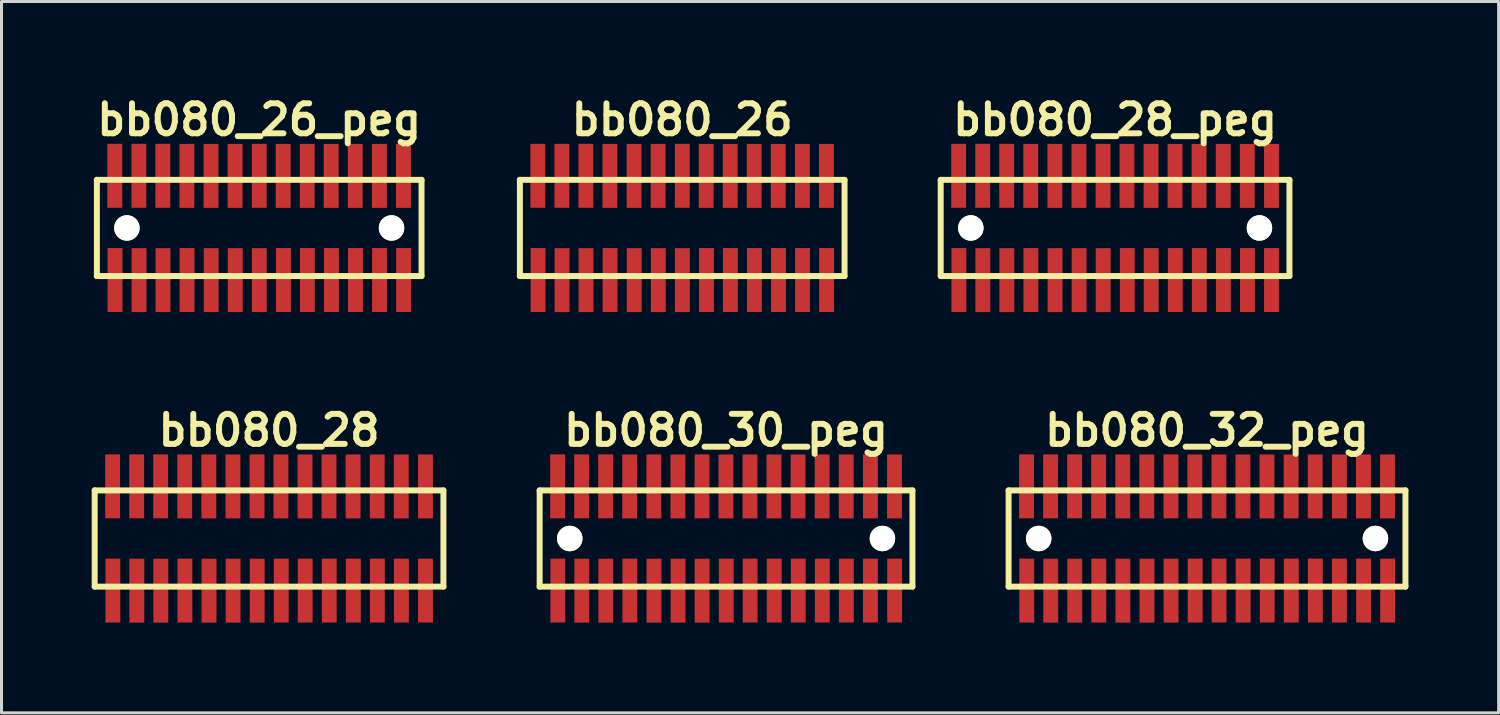
<source format=kicad_pcb>
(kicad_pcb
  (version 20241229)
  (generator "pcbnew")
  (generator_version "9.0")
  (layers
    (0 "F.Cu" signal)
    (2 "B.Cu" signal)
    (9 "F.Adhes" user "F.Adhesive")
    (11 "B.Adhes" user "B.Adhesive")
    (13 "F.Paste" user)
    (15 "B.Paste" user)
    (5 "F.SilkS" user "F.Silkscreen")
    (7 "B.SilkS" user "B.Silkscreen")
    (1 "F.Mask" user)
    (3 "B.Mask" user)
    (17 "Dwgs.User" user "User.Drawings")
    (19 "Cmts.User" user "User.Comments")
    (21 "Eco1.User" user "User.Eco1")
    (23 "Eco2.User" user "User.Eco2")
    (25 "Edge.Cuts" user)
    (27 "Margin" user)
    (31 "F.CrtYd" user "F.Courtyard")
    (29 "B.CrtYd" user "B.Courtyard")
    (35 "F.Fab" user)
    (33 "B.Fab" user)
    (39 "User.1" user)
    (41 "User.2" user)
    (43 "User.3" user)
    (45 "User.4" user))
  (footprint "bb080_28_peg"
    (layer "F.Cu")
    (at 34.034 4.531)
    (property "Reference" "bb080_28_peg" (at 0 -3.599 0) (layer "F.SilkS") (effects (font (size 0.998 0.998) (thickness 0.198))))
    (attr through_hole)
    (fp_line (start -5.799 -1.6) (end -5.799 1.6) (stroke (width 0.198) (type solid)) (layer "F.SilkS"))
    (fp_line (start -5.799 1.6) (end 5.799 1.6) (stroke (width 0.198) (type solid)) (layer "F.SilkS"))
    (fp_line (start 5.799 -1.6) (end -5.799 -1.6) (stroke (width 0.198) (type solid)) (layer "F.SilkS"))
    (fp_line (start 5.799 1.6) (end 5.799 -1.6) (stroke (width 0.198) (type solid)) (layer "F.SilkS"))
    (pad "" np_thru_hole circle (at -4.798 0) (size 0.848 0.848) (drill 0.848) (layers "*.Cu" "*.Mask" "F.SilkS"))
    (pad "" np_thru_hole circle (at 4.801 0) (size 0.848 0.848) (drill 0.848) (layers "*.Cu" "*.Mask" "F.SilkS"))
    (pad "1" smd rect (at -5.194 1.732) (size 0.495 2.126) (layers "F.Cu" "F.Mask" "F.Paste"))
    (pad "2" smd rect (at -5.202 -1.735) (size 0.495 2.126) (layers "F.Cu" "F.Mask" "F.Paste"))
    (pad "3" smd rect (at -4.397 1.735) (size 0.495 2.126) (layers "F.Cu" "F.Mask" "F.Paste"))
    (pad "4" smd rect (at -4.402 -1.735) (size 0.495 2.126) (layers "F.Cu" "F.Mask" "F.Paste"))
    (pad "5" smd rect (at -3.599 1.735) (size 0.495 2.126) (layers "F.Cu" "F.Mask" "F.Paste"))
    (pad "6" smd rect (at -3.604 -1.735) (size 0.495 2.126) (layers "F.Cu" "F.Mask" "F.Paste"))
    (pad "7" smd rect (at -2.799 1.732) (size 0.495 2.126) (layers "F.Cu" "F.Mask" "F.Paste"))
    (pad "8" smd rect (at -2.804 -1.732) (size 0.495 2.126) (layers "F.Cu" "F.Mask" "F.Paste"))
    (pad "9" smd rect (at -1.996 1.735) (size 0.495 2.126) (layers "F.Cu" "F.Mask" "F.Paste"))
    (pad "10" smd rect (at -2.002 -1.732) (size 0.495 2.126) (layers "F.Cu" "F.Mask" "F.Paste"))
    (pad "11" smd rect (at -1.196 1.735) (size 0.495 2.126) (layers "F.Cu" "F.Mask" "F.Paste"))
    (pad "12" smd rect (at -1.201 -1.732) (size 0.495 2.126) (layers "F.Cu" "F.Mask" "F.Paste"))
    (pad "13" smd rect (at -0.396 1.735) (size 0.495 2.126) (layers "F.Cu" "F.Mask" "F.Paste"))
    (pad "14" smd rect (at -0.399 -1.735) (size 0.495 2.126) (layers "F.Cu" "F.Mask" "F.Paste"))
    (pad "15" smd rect (at 0.406 1.732) (size 0.495 2.126) (layers "F.Cu" "F.Mask" "F.Paste"))
    (pad "16" smd rect (at 0.396 -1.732) (size 0.495 2.126) (layers "F.Cu" "F.Mask" "F.Paste"))
    (pad "17" smd rect (at 1.201 1.732) (size 0.495 2.126) (layers "F.Cu" "F.Mask" "F.Paste"))
    (pad "18" smd rect (at 1.196 -1.732) (size 0.495 2.126) (layers "F.Cu" "F.Mask" "F.Paste"))
    (pad "19" smd rect (at 2.002 1.732) (size 0.495 2.126) (layers "F.Cu" "F.Mask" "F.Paste"))
    (pad "20" smd rect (at 1.994 -1.732) (size 0.495 2.126) (layers "F.Cu" "F.Mask" "F.Paste"))
    (pad "21" smd rect (at 2.802 1.732) (size 0.495 2.126) (layers "F.Cu" "F.Mask" "F.Paste"))
    (pad "22" smd rect (at 2.794 -1.732) (size 0.495 2.126) (layers "F.Cu" "F.Mask" "F.Paste"))
    (pad "23" smd rect (at 3.602 1.732) (size 0.495 2.126) (layers "F.Cu" "F.Mask" "F.Paste"))
    (pad "24" smd rect (at 3.597 -1.732) (size 0.495 2.126) (layers "F.Cu" "F.Mask" "F.Paste"))
    (pad "25" smd rect (at 4.402 1.732) (size 0.495 2.126) (layers "F.Cu" "F.Mask" "F.Paste"))
    (pad "26" smd rect (at 4.397 -1.732) (size 0.495 2.126) (layers "F.Cu" "F.Mask" "F.Paste"))
    (pad "27" smd rect (at 5.202 1.732) (size 0.495 2.126) (layers "F.Cu" "F.Mask" "F.Paste"))
    (pad "28" smd rect (at 5.202 -1.732) (size 0.495 2.126) (layers "F.Cu" "F.Mask" "F.Paste")))
  (footprint "bb080_26"
    (layer "F.Cu")
    (at 19.637 4.531)
    (property "Reference" "bb080_26" (at 0 -3.599 0) (layer "F.SilkS") (effects (font (size 0.998 0.998) (thickness 0.198))))
    (attr through_hole)
    (fp_line (start -5.4 -1.6) (end 5.4 -1.6) (stroke (width 0.198) (type solid)) (layer "F.SilkS"))
    (fp_line (start -5.397 -1.6) (end -5.397 1.6) (stroke (width 0.198) (type solid)) (layer "F.SilkS"))
    (fp_line (start 5.4 1.6) (end -5.4 1.6) (stroke (width 0.198) (type solid)) (layer "F.SilkS"))
    (fp_line (start 5.4 1.6) (end 5.4 -1.6) (stroke (width 0.198) (type solid)) (layer "F.SilkS"))
    (pad "1" smd rect (at -4.793 1.732) (size 0.495 2.126) (layers "F.Cu" "F.Mask" "F.Paste"))
    (pad "2" smd rect (at -4.801 -1.735) (size 0.495 2.126) (layers "F.Cu" "F.Mask" "F.Paste"))
    (pad "3" smd rect (at -3.995 1.735) (size 0.495 2.126) (layers "F.Cu" "F.Mask" "F.Paste"))
    (pad "4" smd rect (at -4 -1.735) (size 0.495 2.126) (layers "F.Cu" "F.Mask" "F.Paste"))
    (pad "5" smd rect (at -3.198 1.735) (size 0.495 2.126) (layers "F.Cu" "F.Mask" "F.Paste"))
    (pad "6" smd rect (at -3.203 -1.735) (size 0.495 2.126) (layers "F.Cu" "F.Mask" "F.Paste"))
    (pad "7" smd rect (at -2.398 1.732) (size 0.495 2.126) (layers "F.Cu" "F.Mask" "F.Paste"))
    (pad "8" smd rect (at -2.403 -1.732) (size 0.495 2.126) (layers "F.Cu" "F.Mask" "F.Paste"))
    (pad "9" smd rect (at -1.595 1.735) (size 0.495 2.126) (layers "F.Cu" "F.Mask" "F.Paste"))
    (pad "10" smd rect (at -1.6 -1.732) (size 0.495 2.126) (layers "F.Cu" "F.Mask" "F.Paste"))
    (pad "11" smd rect (at -0.795 1.735) (size 0.495 2.126) (layers "F.Cu" "F.Mask" "F.Paste"))
    (pad "12" smd rect (at -0.8 -1.732) (size 0.495 2.126) (layers "F.Cu" "F.Mask" "F.Paste"))
    (pad "13" smd rect (at 0.005 1.735) (size 0.495 2.126) (layers "F.Cu" "F.Mask" "F.Paste"))
    (pad "14" smd rect (at 0.003 -1.735) (size 0.495 2.126) (layers "F.Cu" "F.Mask" "F.Paste"))
    (pad "15" smd rect (at 0.808 1.732) (size 0.495 2.126) (layers "F.Cu" "F.Mask" "F.Paste"))
    (pad "16" smd rect (at 0.798 -1.732) (size 0.495 2.126) (layers "F.Cu" "F.Mask" "F.Paste"))
    (pad "17" smd rect (at 1.603 1.732) (size 0.495 2.126) (layers "F.Cu" "F.Mask" "F.Paste"))
    (pad "18" smd rect (at 1.598 -1.732) (size 0.495 2.126) (layers "F.Cu" "F.Mask" "F.Paste"))
    (pad "19" smd rect (at 2.403 1.732) (size 0.495 2.126) (layers "F.Cu" "F.Mask" "F.Paste"))
    (pad "20" smd rect (at 2.395 -1.732) (size 0.495 2.126) (layers "F.Cu" "F.Mask" "F.Paste"))
    (pad "21" smd rect (at 3.203 1.732) (size 0.495 2.126) (layers "F.Cu" "F.Mask" "F.Paste"))
    (pad "22" smd rect (at 3.195 -1.732) (size 0.495 2.126) (layers "F.Cu" "F.Mask" "F.Paste"))
    (pad "23" smd rect (at 4.003 1.732) (size 0.495 2.126) (layers "F.Cu" "F.Mask" "F.Paste"))
    (pad "24" smd rect (at 3.998 -1.732) (size 0.495 2.126) (layers "F.Cu" "F.Mask" "F.Paste"))
    (pad "25" smd rect (at 4.803 1.732) (size 0.495 2.126) (layers "F.Cu" "F.Mask" "F.Paste"))
    (pad "26" smd rect (at 4.798 -1.732) (size 0.495 2.126) (layers "F.Cu" "F.Mask" "F.Paste")))
  (footprint "bb080_26_peg"
    (layer "F.Cu")
    (at 5.569 4.531)
    (property "Reference" "bb080_26_peg" (at 0 -3.599 0) (layer "F.SilkS") (effects (font (size 0.998 0.998) (thickness 0.198))))
    (attr through_hole)
    (fp_line (start -5.4 -1.6) (end 5.4 -1.6) (stroke (width 0.198) (type solid)) (layer "F.SilkS"))
    (fp_line (start -5.397 -1.6) (end -5.397 1.6) (stroke (width 0.198) (type solid)) (layer "F.SilkS"))
    (fp_line (start 5.4 1.6) (end -5.4 1.6) (stroke (width 0.198) (type solid)) (layer "F.SilkS"))
    (fp_line (start 5.4 1.6) (end 5.4 -1.6) (stroke (width 0.198) (type solid)) (layer "F.SilkS"))
    (pad "" np_thru_hole circle (at -4.399 0) (size 0.848 0.848) (drill 0.848) (layers "*.Cu" "*.Mask" "F.SilkS"))
    (pad "" np_thru_hole circle (at 4.402 0) (size 0.848 0.848) (drill 0.848) (layers "*.Cu" "*.Mask" "F.SilkS"))
    (pad "1" smd rect (at -4.793 1.732) (size 0.495 2.126) (layers "F.Cu" "F.Mask" "F.Paste"))
    (pad "2" smd rect (at -4.801 -1.735) (size 0.495 2.126) (layers "F.Cu" "F.Mask" "F.Paste"))
    (pad "3" smd rect (at -3.995 1.735) (size 0.495 2.126) (layers "F.Cu" "F.Mask" "F.Paste"))
    (pad "4" smd rect (at -4 -1.735) (size 0.495 2.126) (layers "F.Cu" "F.Mask" "F.Paste"))
    (pad "5" smd rect (at -3.198 1.735) (size 0.495 2.126) (layers "F.Cu" "F.Mask" "F.Paste"))
    (pad "6" smd rect (at -3.203 -1.735) (size 0.495 2.126) (layers "F.Cu" "F.Mask" "F.Paste"))
    (pad "7" smd rect (at -2.398 1.732) (size 0.495 2.126) (layers "F.Cu" "F.Mask" "F.Paste"))
    (pad "8" smd rect (at -2.403 -1.732) (size 0.495 2.126) (layers "F.Cu" "F.Mask" "F.Paste"))
    (pad "9" smd rect (at -1.595 1.735) (size 0.495 2.126) (layers "F.Cu" "F.Mask" "F.Paste"))
    (pad "10" smd rect (at -1.6 -1.732) (size 0.495 2.126) (layers "F.Cu" "F.Mask" "F.Paste"))
    (pad "11" smd rect (at -0.795 1.735) (size 0.495 2.126) (layers "F.Cu" "F.Mask" "F.Paste"))
    (pad "12" smd rect (at -0.8 -1.732) (size 0.495 2.126) (layers "F.Cu" "F.Mask" "F.Paste"))
    (pad "13" smd rect (at 0.005 1.735) (size 0.495 2.126) (layers "F.Cu" "F.Mask" "F.Paste"))
    (pad "14" smd rect (at 0.003 -1.735) (size 0.495 2.126) (layers "F.Cu" "F.Mask" "F.Paste"))
    (pad "15" smd rect (at 0.808 1.732) (size 0.495 2.126) (layers "F.Cu" "F.Mask" "F.Paste"))
    (pad "16" smd rect (at 0.798 -1.732) (size 0.495 2.126) (layers "F.Cu" "F.Mask" "F.Paste"))
    (pad "17" smd rect (at 1.603 1.732) (size 0.495 2.126) (layers "F.Cu" "F.Mask" "F.Paste"))
    (pad "18" smd rect (at 1.598 -1.732) (size 0.495 2.126) (layers "F.Cu" "F.Mask" "F.Paste"))
    (pad "19" smd rect (at 2.403 1.732) (size 0.495 2.126) (layers "F.Cu" "F.Mask" "F.Paste"))
    (pad "20" smd rect (at 2.395 -1.732) (size 0.495 2.126) (layers "F.Cu" "F.Mask" "F.Paste"))
    (pad "21" smd rect (at 3.203 1.732) (size 0.495 2.126) (layers "F.Cu" "F.Mask" "F.Paste"))
    (pad "22" smd rect (at 3.195 -1.732) (size 0.495 2.126) (layers "F.Cu" "F.Mask" "F.Paste"))
    (pad "23" smd rect (at 4.003 1.732) (size 0.495 2.126) (layers "F.Cu" "F.Mask" "F.Paste"))
    (pad "24" smd rect (at 3.998 -1.732) (size 0.495 2.126) (layers "F.Cu" "F.Mask" "F.Paste"))
    (pad "25" smd rect (at 4.803 1.732) (size 0.495 2.126) (layers "F.Cu" "F.Mask" "F.Paste"))
    (pad "26" smd rect (at 4.798 -1.732) (size 0.495 2.126) (layers "F.Cu" "F.Mask" "F.Paste")))
  (footprint "bb080_30_peg"
    (layer "F.Cu")
    (at 21.095 14.859)
    (property "Reference" "bb080_30_peg" (at 0 -3.599 0) (layer "F.SilkS") (effects (font (size 0.998 0.998) (thickness 0.198))))
    (attr through_hole)
    (fp_line (start -6.2 1.6) (end 6.2 1.6) (stroke (width 0.198) (type solid)) (layer "F.SilkS"))
    (fp_line (start -6.198 -1.6) (end -6.198 1.6) (stroke (width 0.198) (type solid)) (layer "F.SilkS"))
    (fp_line (start 6.2 -1.6) (end -6.2 -1.6) (stroke (width 0.198) (type solid)) (layer "F.SilkS"))
    (fp_line (start 6.2 1.6) (end 6.2 -1.6) (stroke (width 0.198) (type solid)) (layer "F.SilkS"))
    (pad "" np_thru_hole circle (at -5.197 0) (size 0.848 0.848) (drill 0.848) (layers "*.Cu" "*.Mask" "F.SilkS"))
    (pad "" np_thru_hole circle (at 5.202 0) (size 0.848 0.848) (drill 0.848) (layers "*.Cu" "*.Mask" "F.SilkS"))
    (pad "1" smd rect (at -5.593 1.732) (size 0.495 2.126) (layers "F.Cu" "F.Mask" "F.Paste"))
    (pad "2" smd rect (at -5.601 -1.735) (size 0.495 2.126) (layers "F.Cu" "F.Mask" "F.Paste"))
    (pad "3" smd rect (at -4.796 1.735) (size 0.495 2.126) (layers "F.Cu" "F.Mask" "F.Paste"))
    (pad "4" smd rect (at -4.801 -1.735) (size 0.495 2.126) (layers "F.Cu" "F.Mask" "F.Paste"))
    (pad "5" smd rect (at -3.998 1.735) (size 0.495 2.126) (layers "F.Cu" "F.Mask" "F.Paste"))
    (pad "6" smd rect (at -4.003 -1.735) (size 0.495 2.126) (layers "F.Cu" "F.Mask" "F.Paste"))
    (pad "7" smd rect (at -3.198 1.732) (size 0.495 2.126) (layers "F.Cu" "F.Mask" "F.Paste"))
    (pad "8" smd rect (at -3.203 -1.732) (size 0.495 2.126) (layers "F.Cu" "F.Mask" "F.Paste"))
    (pad "9" smd rect (at -2.395 1.735) (size 0.495 2.126) (layers "F.Cu" "F.Mask" "F.Paste"))
    (pad "10" smd rect (at -2.4 -1.732) (size 0.495 2.126) (layers "F.Cu" "F.Mask" "F.Paste"))
    (pad "11" smd rect (at -1.595 1.735) (size 0.495 2.126) (layers "F.Cu" "F.Mask" "F.Paste"))
    (pad "12" smd rect (at -1.6 -1.732) (size 0.495 2.126) (layers "F.Cu" "F.Mask" "F.Paste"))
    (pad "13" smd rect (at -0.795 1.735) (size 0.495 2.126) (layers "F.Cu" "F.Mask" "F.Paste"))
    (pad "14" smd rect (at -0.798 -1.735) (size 0.495 2.126) (layers "F.Cu" "F.Mask" "F.Paste"))
    (pad "15" smd rect (at 0.008 1.732) (size 0.495 2.126) (layers "F.Cu" "F.Mask" "F.Paste"))
    (pad "16" smd rect (at -0.003 -1.732) (size 0.495 2.126) (layers "F.Cu" "F.Mask" "F.Paste"))
    (pad "17" smd rect (at 0.803 1.732) (size 0.495 2.126) (layers "F.Cu" "F.Mask" "F.Paste"))
    (pad "18" smd rect (at 0.798 -1.732) (size 0.495 2.126) (layers "F.Cu" "F.Mask" "F.Paste"))
    (pad "19" smd rect (at 1.603 1.732) (size 0.495 2.126) (layers "F.Cu" "F.Mask" "F.Paste"))
    (pad "20" smd rect (at 1.595 -1.732) (size 0.495 2.126) (layers "F.Cu" "F.Mask" "F.Paste"))
    (pad "21" smd rect (at 2.403 1.732) (size 0.495 2.126) (layers "F.Cu" "F.Mask" "F.Paste"))
    (pad "22" smd rect (at 2.395 -1.732) (size 0.495 2.126) (layers "F.Cu" "F.Mask" "F.Paste"))
    (pad "23" smd rect (at 3.203 1.732) (size 0.495 2.126) (layers "F.Cu" "F.Mask" "F.Paste"))
    (pad "24" smd rect (at 3.198 -1.732) (size 0.495 2.126) (layers "F.Cu" "F.Mask" "F.Paste"))
    (pad "25" smd rect (at 4.003 1.732) (size 0.495 2.126) (layers "F.Cu" "F.Mask" "F.Paste"))
    (pad "26" smd rect (at 3.998 -1.732) (size 0.495 2.126) (layers "F.Cu" "F.Mask" "F.Paste"))
    (pad "27" smd rect (at 4.803 1.732) (size 0.495 2.126) (layers "F.Cu" "F.Mask" "F.Paste"))
    (pad "28" smd rect (at 4.803 -1.732) (size 0.495 2.126) (layers "F.Cu" "F.Mask" "F.Paste"))
    (pad "29" smd rect (at 5.608 1.732) (size 0.495 2.126) (layers "F.Cu" "F.Mask" "F.Paste"))
    (pad "30" smd rect (at 5.603 -1.732) (size 0.495 2.126) (layers "F.Cu" "F.Mask" "F.Paste")))
  (footprint "bb080_28"
    (layer "F.Cu")
    (at 5.898 14.859)
    (property "Reference" "bb080_28" (at 0 -3.599 0) (layer "F.SilkS") (effects (font (size 0.998 0.998) (thickness 0.198))))
    (attr through_hole)
    (fp_line (start -5.799 -1.6) (end -5.799 1.6) (stroke (width 0.198) (type solid)) (layer "F.SilkS"))
    (fp_line (start -5.799 1.6) (end 5.799 1.6) (stroke (width 0.198) (type solid)) (layer "F.SilkS"))
    (fp_line (start 5.799 -1.6) (end -5.799 -1.6) (stroke (width 0.198) (type solid)) (layer "F.SilkS"))
    (fp_line (start 5.799 1.6) (end 5.799 -1.6) (stroke (width 0.198) (type solid)) (layer "F.SilkS"))
    (pad "1" smd rect (at -5.194 1.732) (size 0.495 2.126) (layers "F.Cu" "F.Mask" "F.Paste"))
    (pad "2" smd rect (at -5.202 -1.735) (size 0.495 2.126) (layers "F.Cu" "F.Mask" "F.Paste"))
    (pad "3" smd rect (at -4.397 1.735) (size 0.495 2.126) (layers "F.Cu" "F.Mask" "F.Paste"))
    (pad "4" smd rect (at -4.402 -1.735) (size 0.495 2.126) (layers "F.Cu" "F.Mask" "F.Paste"))
    (pad "5" smd rect (at -3.599 1.735) (size 0.495 2.126) (layers "F.Cu" "F.Mask" "F.Paste"))
    (pad "6" smd rect (at -3.604 -1.735) (size 0.495 2.126) (layers "F.Cu" "F.Mask" "F.Paste"))
    (pad "7" smd rect (at -2.799 1.732) (size 0.495 2.126) (layers "F.Cu" "F.Mask" "F.Paste"))
    (pad "8" smd rect (at -2.804 -1.732) (size 0.495 2.126) (layers "F.Cu" "F.Mask" "F.Paste"))
    (pad "9" smd rect (at -1.996 1.735) (size 0.495 2.126) (layers "F.Cu" "F.Mask" "F.Paste"))
    (pad "10" smd rect (at -2.002 -1.732) (size 0.495 2.126) (layers "F.Cu" "F.Mask" "F.Paste"))
    (pad "11" smd rect (at -1.196 1.735) (size 0.495 2.126) (layers "F.Cu" "F.Mask" "F.Paste"))
    (pad "12" smd rect (at -1.201 -1.732) (size 0.495 2.126) (layers "F.Cu" "F.Mask" "F.Paste"))
    (pad "13" smd rect (at -0.396 1.735) (size 0.495 2.126) (layers "F.Cu" "F.Mask" "F.Paste"))
    (pad "14" smd rect (at -0.399 -1.735) (size 0.495 2.126) (layers "F.Cu" "F.Mask" "F.Paste"))
    (pad "15" smd rect (at 0.406 1.732) (size 0.495 2.126) (layers "F.Cu" "F.Mask" "F.Paste"))
    (pad "16" smd rect (at 0.396 -1.732) (size 0.495 2.126) (layers "F.Cu" "F.Mask" "F.Paste"))
    (pad "17" smd rect (at 1.201 1.732) (size 0.495 2.126) (layers "F.Cu" "F.Mask" "F.Paste"))
    (pad "18" smd rect (at 1.196 -1.732) (size 0.495 2.126) (layers "F.Cu" "F.Mask" "F.Paste"))
    (pad "19" smd rect (at 2.002 1.732) (size 0.495 2.126) (layers "F.Cu" "F.Mask" "F.Paste"))
    (pad "20" smd rect (at 1.994 -1.732) (size 0.495 2.126) (layers "F.Cu" "F.Mask" "F.Paste"))
    (pad "21" smd rect (at 2.802 1.732) (size 0.495 2.126) (layers "F.Cu" "F.Mask" "F.Paste"))
    (pad "22" smd rect (at 2.794 -1.732) (size 0.495 2.126) (layers "F.Cu" "F.Mask" "F.Paste"))
    (pad "23" smd rect (at 3.602 1.732) (size 0.495 2.126) (layers "F.Cu" "F.Mask" "F.Paste"))
    (pad "24" smd rect (at 3.597 -1.732) (size 0.495 2.126) (layers "F.Cu" "F.Mask" "F.Paste"))
    (pad "25" smd rect (at 4.402 1.732) (size 0.495 2.126) (layers "F.Cu" "F.Mask" "F.Paste"))
    (pad "26" smd rect (at 4.397 -1.732) (size 0.495 2.126) (layers "F.Cu" "F.Mask" "F.Paste"))
    (pad "27" smd rect (at 5.202 1.732) (size 0.495 2.126) (layers "F.Cu" "F.Mask" "F.Paste"))
    (pad "28" smd rect (at 5.202 -1.732) (size 0.495 2.126) (layers "F.Cu" "F.Mask" "F.Paste")))
  (footprint "bb080_32_peg"
    (layer "F.Cu")
    (at 37.092 14.859)
    (property "Reference" "bb080_32_peg" (at 0 -3.599 0) (layer "F.SilkS") (effects (font (size 0.998 0.998) (thickness 0.198))))
    (attr through_hole)
    (fp_line (start -6.599 -1.6) (end -6.599 1.6) (stroke (width 0.198) (type solid)) (layer "F.SilkS"))
    (fp_line (start -6.599 1.6) (end 6.599 1.6) (stroke (width 0.198) (type solid)) (layer "F.SilkS"))
    (fp_line (start 6.599 -1.6) (end -6.599 -1.6) (stroke (width 0.198) (type solid)) (layer "F.SilkS"))
    (fp_line (start 6.599 1.6) (end 6.599 -1.6) (stroke (width 0.198) (type solid)) (layer "F.SilkS"))
    (pad "" np_thru_hole circle (at -5.598 0) (size 0.848 0.848) (drill 0.848) (layers "*.Cu" "*.Mask" "F.SilkS"))
    (pad "" np_thru_hole circle (at 5.601 0) (size 0.848 0.848) (drill 0.848) (layers "*.Cu" "*.Mask" "F.SilkS"))
    (pad "1" smd rect (at -5.994 1.732) (size 0.495 2.126) (layers "F.Cu" "F.Mask" "F.Paste"))
    (pad "2" smd rect (at -6.002 -1.735) (size 0.495 2.126) (layers "F.Cu" "F.Mask" "F.Paste"))
    (pad "3" smd rect (at -5.197 1.735) (size 0.495 2.126) (layers "F.Cu" "F.Mask" "F.Paste"))
    (pad "4" smd rect (at -5.202 -1.735) (size 0.495 2.126) (layers "F.Cu" "F.Mask" "F.Paste"))
    (pad "5" smd rect (at -4.399 1.735) (size 0.495 2.126) (layers "F.Cu" "F.Mask" "F.Paste"))
    (pad "6" smd rect (at -4.404 -1.735) (size 0.495 2.126) (layers "F.Cu" "F.Mask" "F.Paste"))
    (pad "7" smd rect (at -3.599 1.732) (size 0.495 2.126) (layers "F.Cu" "F.Mask" "F.Paste"))
    (pad "8" smd rect (at -3.604 -1.732) (size 0.495 2.126) (layers "F.Cu" "F.Mask" "F.Paste"))
    (pad "9" smd rect (at -2.797 1.735) (size 0.495 2.126) (layers "F.Cu" "F.Mask" "F.Paste"))
    (pad "10" smd rect (at -2.802 -1.732) (size 0.495 2.126) (layers "F.Cu" "F.Mask" "F.Paste"))
    (pad "11" smd rect (at -1.996 1.735) (size 0.495 2.126) (layers "F.Cu" "F.Mask" "F.Paste"))
    (pad "12" smd rect (at -2.002 -1.732) (size 0.495 2.126) (layers "F.Cu" "F.Mask" "F.Paste"))
    (pad "13" smd rect (at -1.196 1.735) (size 0.495 2.126) (layers "F.Cu" "F.Mask" "F.Paste"))
    (pad "14" smd rect (at -1.199 -1.735) (size 0.495 2.126) (layers "F.Cu" "F.Mask" "F.Paste"))
    (pad "15" smd rect (at -0.394 1.732) (size 0.495 2.126) (layers "F.Cu" "F.Mask" "F.Paste"))
    (pad "16" smd rect (at -0.404 -1.732) (size 0.495 2.126) (layers "F.Cu" "F.Mask" "F.Paste"))
    (pad "17" smd rect (at 0.401 1.732) (size 0.495 2.126) (layers "F.Cu" "F.Mask" "F.Paste"))
    (pad "18" smd rect (at 0.396 -1.732) (size 0.495 2.126) (layers "F.Cu" "F.Mask" "F.Paste"))
    (pad "19" smd rect (at 1.201 1.732) (size 0.495 2.126) (layers "F.Cu" "F.Mask" "F.Paste"))
    (pad "20" smd rect (at 1.194 -1.732) (size 0.495 2.126) (layers "F.Cu" "F.Mask" "F.Paste"))
    (pad "21" smd rect (at 2.002 1.732) (size 0.495 2.126) (layers "F.Cu" "F.Mask" "F.Paste"))
    (pad "22" smd rect (at 1.994 -1.732) (size 0.495 2.126) (layers "F.Cu" "F.Mask" "F.Paste"))
    (pad "23" smd rect (at 2.802 1.732) (size 0.495 2.126) (layers "F.Cu" "F.Mask" "F.Paste"))
    (pad "24" smd rect (at 2.797 -1.732) (size 0.495 2.126) (layers "F.Cu" "F.Mask" "F.Paste"))
    (pad "25" smd rect (at 3.602 1.732) (size 0.495 2.126) (layers "F.Cu" "F.Mask" "F.Paste"))
    (pad "26" smd rect (at 3.597 -1.732) (size 0.495 2.126) (layers "F.Cu" "F.Mask" "F.Paste"))
    (pad "27" smd rect (at 4.402 1.732) (size 0.495 2.126) (layers "F.Cu" "F.Mask" "F.Paste"))
    (pad "28" smd rect (at 4.402 -1.732) (size 0.495 2.126) (layers "F.Cu" "F.Mask" "F.Paste"))
    (pad "29" smd rect (at 5.207 1.732) (size 0.495 2.126) (layers "F.Cu" "F.Mask" "F.Paste"))
    (pad "30" smd rect (at 5.202 -1.732) (size 0.495 2.126) (layers "F.Cu" "F.Mask" "F.Paste"))
    (pad "31" smd rect (at 6.007 1.732) (size 0.495 2.126) (layers "F.Cu" "F.Mask" "F.Paste"))
    (pad "32" smd rect (at 6.002 -1.732) (size 0.495 2.126) (layers "F.Cu" "F.Mask" "F.Paste")))
  (gr_rect
    (start -3 -3)
    (end 46.79 20.657)
    (stroke (width 0.1) (type default))
    (fill no)
    (layer "Edge.Cuts")))
</source>
